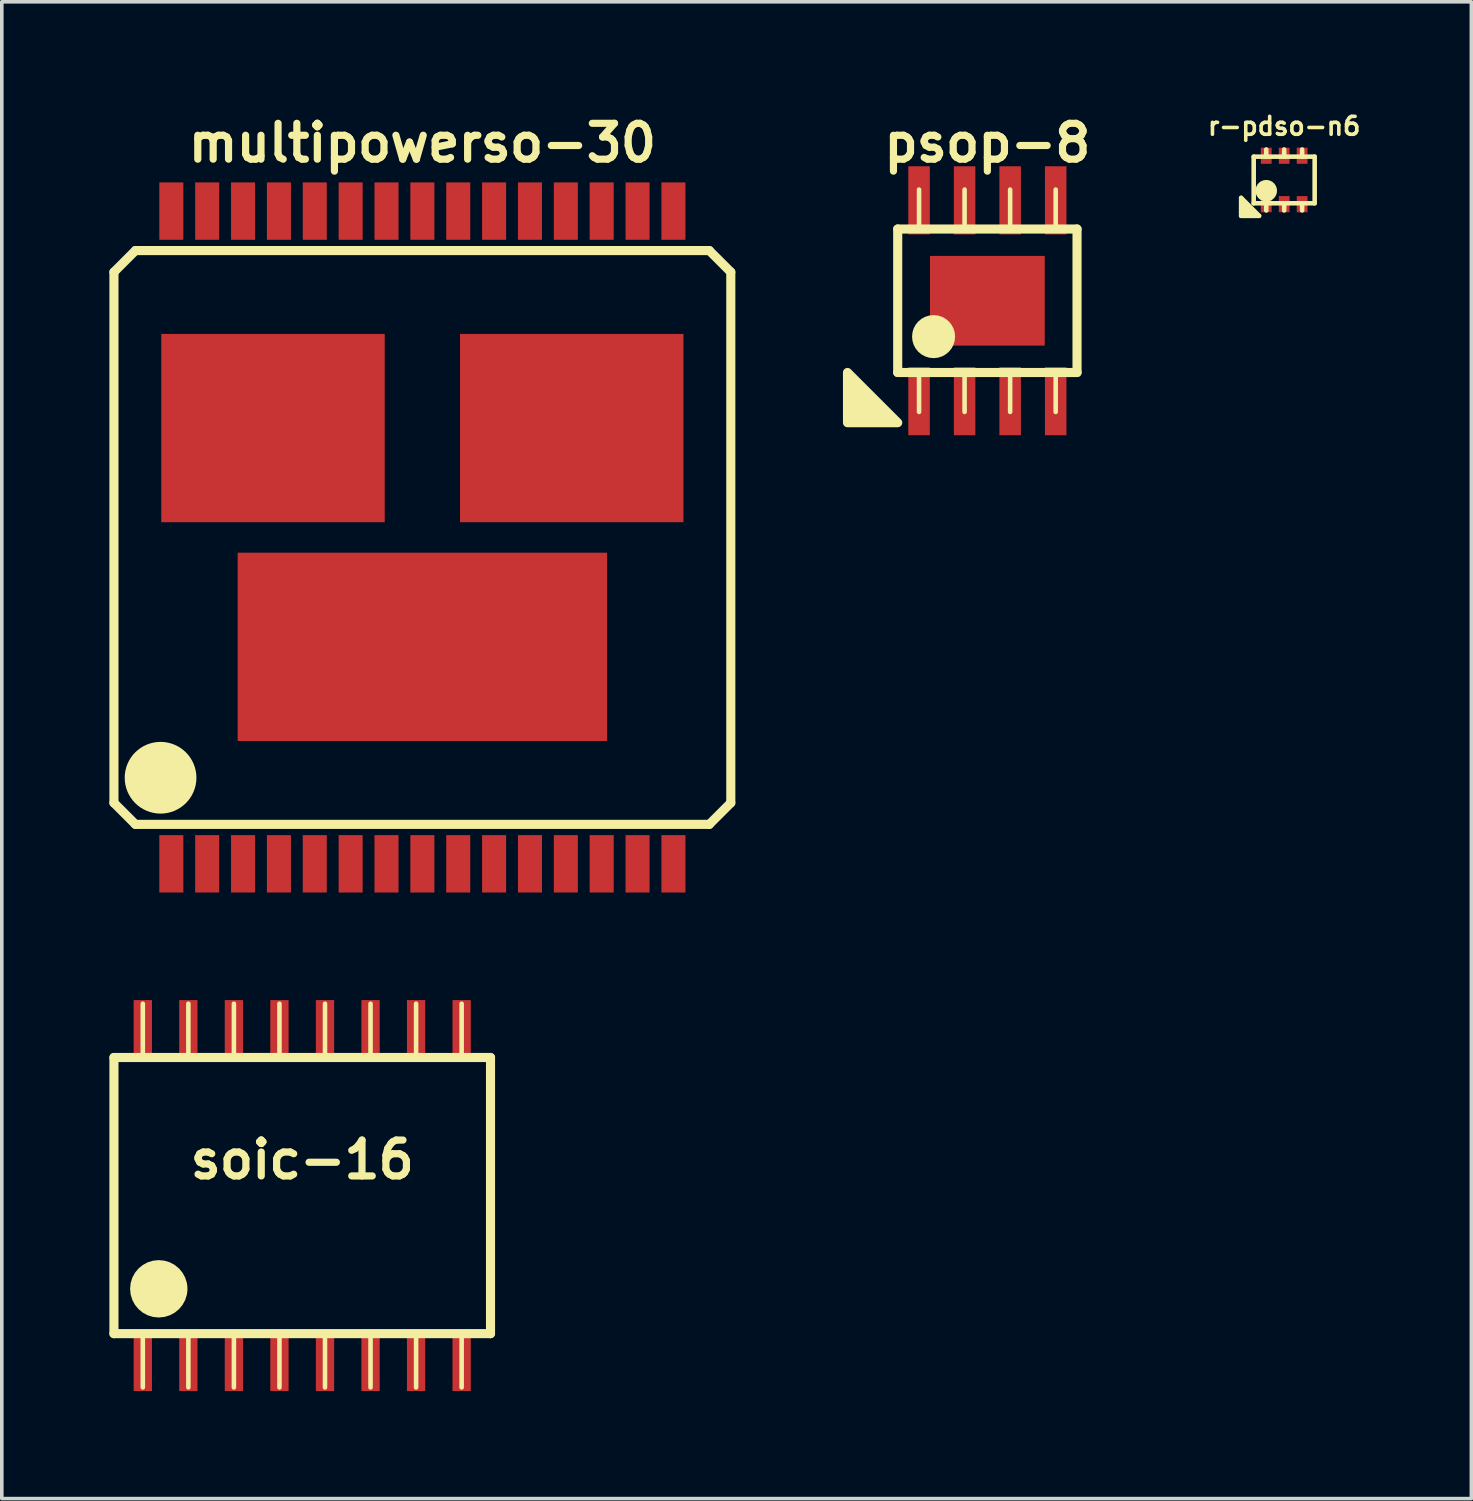
<source format=kicad_pcb>
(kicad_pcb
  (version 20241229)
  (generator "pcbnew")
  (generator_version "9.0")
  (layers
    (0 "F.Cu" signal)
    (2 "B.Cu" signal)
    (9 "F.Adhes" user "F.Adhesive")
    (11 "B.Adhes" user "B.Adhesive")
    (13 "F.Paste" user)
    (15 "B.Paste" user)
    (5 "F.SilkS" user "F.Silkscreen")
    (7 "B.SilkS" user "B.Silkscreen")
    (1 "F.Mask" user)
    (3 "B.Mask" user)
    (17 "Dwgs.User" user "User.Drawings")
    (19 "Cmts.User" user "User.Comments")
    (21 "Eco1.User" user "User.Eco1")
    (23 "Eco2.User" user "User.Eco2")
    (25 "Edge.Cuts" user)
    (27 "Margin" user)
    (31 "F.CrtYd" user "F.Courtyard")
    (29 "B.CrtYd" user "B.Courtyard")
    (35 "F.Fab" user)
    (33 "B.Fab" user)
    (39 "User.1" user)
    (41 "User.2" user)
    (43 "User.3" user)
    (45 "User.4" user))
  (footprint "r-pdso-n6"
    (layer "F.Cu")
    (at 32.757 1.968)
    (property "Reference" "r-pdso-n6" (at 0 -1.5 0) (layer "F.SilkS") (effects (font (size 0.5 0.5) (thickness 0.1))))
    (attr smd)
    (fp_line (start -1.2 0.5) (end -0.7 1) (stroke (width 0.127) (type solid)) (layer "F.SilkS"))
    (fp_line (start -1.2 0.7) (end -0.9 1) (stroke (width 0.127) (type solid)) (layer "F.SilkS"))
    (fp_line (start -1.2 0.9) (end -1.1 1) (stroke (width 0.127) (type solid)) (layer "F.SilkS"))
    (fp_line (start -1.2 1) (end -1.2 0.5) (stroke (width 0.127) (type solid)) (layer "F.SilkS"))
    (fp_line (start -1 1) (end -1.2 0.8) (stroke (width 0.127) (type solid)) (layer "F.SilkS"))
    (fp_line (start -0.85 -0.65) (end -0.85 0.65) (stroke (width 0.127) (type solid)) (layer "F.SilkS"))
    (fp_line (start -0.85 0.65) (end 0.85 0.65) (stroke (width 0.127) (type solid)) (layer "F.SilkS"))
    (fp_line (start -0.8 1) (end -1.2 0.6) (stroke (width 0.127) (type solid)) (layer "F.SilkS"))
    (fp_line (start -0.7 1) (end -1.2 1) (stroke (width 0.127) (type solid)) (layer "F.SilkS"))
    (fp_line (start -0.5 -0.65) (end -0.5 -0.85) (stroke (width 0.127) (type solid)) (layer "F.SilkS"))
    (fp_line (start -0.5 0.65) (end -0.5 0.85) (stroke (width 0.127) (type solid)) (layer "F.SilkS"))
    (fp_line (start 0 -0.65) (end 0 -0.85) (stroke (width 0.127) (type solid)) (layer "F.SilkS"))
    (fp_line (start 0 0.65) (end 0 0.85) (stroke (width 0.127) (type solid)) (layer "F.SilkS"))
    (fp_line (start 0.5 -0.65) (end 0.5 -0.85) (stroke (width 0.127) (type solid)) (layer "F.SilkS"))
    (fp_line (start 0.5 0.65) (end 0.5 0.85) (stroke (width 0.127) (type solid)) (layer "F.SilkS"))
    (fp_line (start 0.85 -0.65) (end -0.85 -0.65) (stroke (width 0.127) (type solid)) (layer "F.SilkS"))
    (fp_line (start 0.85 0.65) (end 0.85 -0.65) (stroke (width 0.127) (type solid)) (layer "F.SilkS"))
    (fp_circle (center -0.5 0.3) (end -0.35 0.3) (stroke (width 0.3) (type solid)) (fill no) (layer "F.SilkS"))
    (pad "1" smd rect (at -0.5 0.675) (size 0.3 0.45) (layers "F.Cu" "F.Mask" "F.Paste"))
    (pad "2" smd rect (at 0 0.675) (size 0.3 0.45) (layers "F.Cu" "F.Mask" "F.Paste"))
    (pad "3" smd rect (at 0.5 0.675) (size 0.3 0.45) (layers "F.Cu" "F.Mask" "F.Paste"))
    (pad "4" smd rect (at 0.5 -0.675) (size 0.3 0.45) (layers "F.Cu" "F.Mask" "F.Paste"))
    (pad "5" smd rect (at 0 -0.675) (size 0.3 0.45) (layers "F.Cu" "F.Mask" "F.Paste"))
    (pad "6" smd rect (at -0.5 -0.675) (size 0.3 0.45) (layers "F.Cu" "F.Mask" "F.Paste")))
  (footprint "multipowerso-30"
    (layer "F.Cu")
    (at 8.727 11.936)
    (property "Reference" "multipowerso-30" (at 0 -11 0) (layer "F.SilkS") (effects (font (size 1 1) (thickness 0.2))))
    (attr smd)
    (fp_line (start -8.6 -7.4) (end -8.6 7.4) (stroke (width 0.254) (type solid)) (layer "F.SilkS"))
    (fp_line (start -8.6 -7.4) (end -8 -8) (stroke (width 0.254) (type solid)) (layer "F.SilkS"))
    (fp_line (start -8.6 7.4) (end -8 8) (stroke (width 0.254) (type solid)) (layer "F.SilkS"))
    (fp_line (start -8 -8) (end 8 -8) (stroke (width 0.254) (type solid)) (layer "F.SilkS"))
    (fp_line (start -8 8) (end 8 8) (stroke (width 0.254) (type solid)) (layer "F.SilkS"))
    (fp_line (start 8 -8) (end 8.6 -7.4) (stroke (width 0.254) (type solid)) (layer "F.SilkS"))
    (fp_line (start 8 8) (end 8.6 7.4) (stroke (width 0.254) (type solid)) (layer "F.SilkS"))
    (fp_line (start 8.6 -7.4) (end 8.6 7.4) (stroke (width 0.254) (type solid)) (layer "F.SilkS"))
    (fp_circle (center -7.3 6.7) (end -6.8 6.7) (stroke (width 1) (type solid)) (fill no) (layer "F.SilkS"))
    (pad "1" smd rect (at -7 9.1) (size 0.67 1.6) (layers "F.Cu" "F.Mask" "F.Paste"))
    (pad "2" smd rect (at -6 9.1) (size 0.67 1.6) (layers "F.Cu" "F.Mask" "F.Paste"))
    (pad "3" smd rect (at -5 9.1) (size 0.67 1.6) (layers "F.Cu" "F.Mask" "F.Paste"))
    (pad "4" smd rect (at -4 9.1) (size 0.67 1.6) (layers "F.Cu" "F.Mask" "F.Paste"))
    (pad "5" smd rect (at -3 9.1) (size 0.67 1.6) (layers "F.Cu" "F.Mask" "F.Paste"))
    (pad "6" smd rect (at -2 9.1) (size 0.67 1.6) (layers "F.Cu" "F.Mask" "F.Paste"))
    (pad "7" smd rect (at -1 9.1) (size 0.67 1.6) (layers "F.Cu" "F.Mask" "F.Paste"))
    (pad "8" smd rect (at 0 9.1) (size 0.67 1.6) (layers "F.Cu" "F.Mask" "F.Paste"))
    (pad "9" smd rect (at 1 9.1) (size 0.67 1.6) (layers "F.Cu" "F.Mask" "F.Paste"))
    (pad "10" smd rect (at 2 9.1) (size 0.67 1.6) (layers "F.Cu" "F.Mask" "F.Paste"))
    (pad "11" smd rect (at 3 9.1) (size 0.67 1.6) (layers "F.Cu" "F.Mask" "F.Paste"))
    (pad "12" smd rect (at 4 9.1) (size 0.67 1.6) (layers "F.Cu" "F.Mask" "F.Paste"))
    (pad "13" smd rect (at 5 9.1) (size 0.67 1.6) (layers "F.Cu" "F.Mask" "F.Paste"))
    (pad "14" smd rect (at 6 9.1) (size 0.67 1.6) (layers "F.Cu" "F.Mask" "F.Paste"))
    (pad "15" smd rect (at 7 9.1) (size 0.67 1.6) (layers "F.Cu" "F.Mask" "F.Paste"))
    (pad "16" smd rect (at 7 -9.1) (size 0.67 1.6) (layers "F.Cu" "F.Mask" "F.Paste"))
    (pad "17" smd rect (at 6 -9.1) (size 0.67 1.6) (layers "F.Cu" "F.Mask" "F.Paste"))
    (pad "18" smd rect (at 5 -9.1) (size 0.67 1.6) (layers "F.Cu" "F.Mask" "F.Paste"))
    (pad "19" smd rect (at 4 -9.1) (size 0.67 1.6) (layers "F.Cu" "F.Mask" "F.Paste"))
    (pad "20" smd rect (at 3 -9.1) (size 0.67 1.6) (layers "F.Cu" "F.Mask" "F.Paste"))
    (pad "21" smd rect (at 2 -9.1) (size 0.67 1.6) (layers "F.Cu" "F.Mask" "F.Paste"))
    (pad "22" smd rect (at 1 -9.1) (size 0.67 1.6) (layers "F.Cu" "F.Mask" "F.Paste"))
    (pad "23" smd rect (at 0 -9.1) (size 0.67 1.6) (layers "F.Cu" "F.Mask" "F.Paste"))
    (pad "24" smd rect (at -1 -9.1) (size 0.67 1.6) (layers "F.Cu" "F.Mask" "F.Paste"))
    (pad "25" smd rect (at -2 -9.1) (size 0.67 1.6) (layers "F.Cu" "F.Mask" "F.Paste"))
    (pad "26" smd rect (at -3 -9.1) (size 0.67 1.6) (layers "F.Cu" "F.Mask" "F.Paste"))
    (pad "27" smd rect (at -4 -9.1) (size 0.67 1.6) (layers "F.Cu" "F.Mask" "F.Paste"))
    (pad "28" smd rect (at -5 -9.1) (size 0.67 1.6) (layers "F.Cu" "F.Mask" "F.Paste"))
    (pad "29" smd rect (at -6 -9.1) (size 0.67 1.6) (layers "F.Cu" "F.Mask" "F.Paste"))
    (pad "30" smd rect (at -7 -9.1) (size 0.67 1.6) (layers "F.Cu" "F.Mask" "F.Paste"))
    (pad "31" smd rect (at 0 3.05) (size 10.3 5.25) (layers "F.Cu" "F.Mask" "F.Paste"))
    (pad "32" smd rect (at 4.165 -3.05) (size 6.23 5.25) (layers "F.Cu" "F.Mask" "F.Paste"))
    (pad "33" smd rect (at -4.165 -3.05) (size 6.23 5.25) (layers "F.Cu" "F.Mask" "F.Paste")))
  (footprint "psop-8"
    (layer "F.Cu")
    (at 24.481 5.336)
    (property "Reference" "psop-8" (at 0 -4.4 0) (layer "F.SilkS") (effects (font (size 1 1) (thickness 0.2))))
    (attr smd)
    (fp_line (start -2.5 -2) (end -2.5 2) (stroke (width 0.254) (type solid)) (layer "F.SilkS"))
    (fp_line (start -2.5 2) (end 2.5 2) (stroke (width 0.254) (type solid)) (layer "F.SilkS"))
    (fp_line (start -1.905 -2) (end -1.905 -3.1) (stroke (width 0.127) (type solid)) (layer "F.SilkS"))
    (fp_line (start -1.905 3.1) (end -1.905 2) (stroke (width 0.127) (type solid)) (layer "F.SilkS"))
    (fp_line (start -0.635 -2) (end -0.635 -3.1) (stroke (width 0.127) (type solid)) (layer "F.SilkS"))
    (fp_line (start -0.635 3.1) (end -0.635 2) (stroke (width 0.127) (type solid)) (layer "F.SilkS"))
    (fp_line (start 0.635 -2) (end 0.635 -3.1) (stroke (width 0.127) (type solid)) (layer "F.SilkS"))
    (fp_line (start 0.635 3.1) (end 0.635 2) (stroke (width 0.127) (type solid)) (layer "F.SilkS"))
    (fp_line (start 1.905 -3.1) (end 1.905 -2) (stroke (width 0.127) (type solid)) (layer "F.SilkS"))
    (fp_line (start 1.905 2) (end 1.905 3.1) (stroke (width 0.127) (type solid)) (layer "F.SilkS"))
    (fp_line (start 2.5 -2) (end -2.5 -2) (stroke (width 0.254) (type solid)) (layer "F.SilkS"))
    (fp_line (start 2.5 2) (end 2.5 -2) (stroke (width 0.254) (type solid)) (layer "F.SilkS"))
    (fp_circle (center -1.5 1) (end -1.2 1) (stroke (width 0.6) (type solid)) (fill no) (layer "F.SilkS"))
    (fp_poly (pts (xy -2.5 3.4) (xy -3.9 3.4) (xy -3.9 2)) (stroke (width 0.254) (type solid)) (fill yes) (layer "F.SilkS"))
    (pad "" smd rect (at -0.8 -0.6) (size 1.45 1.05) (layers "F.Paste"))
    (pad "" smd rect (at -0.8 0.6) (size 1.45 1.05) (layers "F.Paste"))
    (pad "" smd rect (at 0.8 -0.6) (size 1.45 1.05) (layers "F.Paste"))
    (pad "" smd rect (at 0.8 0.6) (size 1.45 1.05) (layers "F.Paste"))
    (pad "1" smd rect (at -1.905 2.8) (size 0.6 1.9) (layers "F.Cu" "F.Mask" "F.Paste"))
    (pad "2" smd rect (at -0.635 2.8) (size 0.6 1.9) (layers "F.Cu" "F.Mask" "F.Paste"))
    (pad "3" smd rect (at 0.635 2.8) (size 0.6 1.9) (layers "F.Cu" "F.Mask" "F.Paste"))
    (pad "4" smd rect (at 1.905 2.8) (size 0.6 1.9) (layers "F.Cu" "F.Mask" "F.Paste"))
    (pad "5" smd rect (at 1.905 -2.8) (size 0.6 1.9) (layers "F.Cu" "F.Mask" "F.Paste"))
    (pad "6" smd rect (at 0.635 -2.8) (size 0.6 1.9) (layers "F.Cu" "F.Mask" "F.Paste"))
    (pad "7" smd rect (at -0.635 -2.8) (size 0.6 1.9) (layers "F.Cu" "F.Mask" "F.Paste"))
    (pad "8" smd rect (at -1.905 -2.8) (size 0.6 1.9) (layers "F.Cu" "F.Mask" "F.Paste"))
    (pad "9" smd rect (at 0 0) (size 3.2 2.5) (layers "F.Cu" "F.Mask")))
  (footprint "soic-16"
    (layer "F.Cu")
    (at 5.377 30.286)
    (property "Reference" "soic-16" (at 0 -1 0) (layer "F.SilkS") (effects (font (size 1 1) (thickness 0.2))))
    (attr smd)
    (fp_line (start -5.25 -3.85) (end -5.25 3.85) (stroke (width 0.254) (type solid)) (layer "F.SilkS"))
    (fp_line (start -5.25 3.85) (end 5.25 3.85) (stroke (width 0.254) (type solid)) (layer "F.SilkS"))
    (fp_line (start -4.445 -3.85) (end -4.445 -5.35) (stroke (width 0.127) (type solid)) (layer "F.SilkS"))
    (fp_line (start -4.445 3.85) (end -4.445 5.35) (stroke (width 0.127) (type solid)) (layer "F.SilkS"))
    (fp_line (start -3.175 -3.85) (end -3.175 -5.35) (stroke (width 0.127) (type solid)) (layer "F.SilkS"))
    (fp_line (start -3.175 5.35) (end -3.175 3.85) (stroke (width 0.127) (type solid)) (layer "F.SilkS"))
    (fp_line (start -1.905 -5.35) (end -1.905 -3.85) (stroke (width 0.127) (type solid)) (layer "F.SilkS"))
    (fp_line (start -1.905 5.35) (end -1.905 3.85) (stroke (width 0.127) (type solid)) (layer "F.SilkS"))
    (fp_line (start -0.635 -5.35) (end -0.635 -3.85) (stroke (width 0.127) (type solid)) (layer "F.SilkS"))
    (fp_line (start -0.635 5.35) (end -0.635 3.85) (stroke (width 0.127) (type solid)) (layer "F.SilkS"))
    (fp_line (start 0.635 -5.35) (end 0.635 -3.85) (stroke (width 0.127) (type solid)) (layer "F.SilkS"))
    (fp_line (start 0.635 5.35) (end 0.635 3.85) (stroke (width 0.127) (type solid)) (layer "F.SilkS"))
    (fp_line (start 1.905 -3.85) (end 1.905 -5.35) (stroke (width 0.127) (type solid)) (layer "F.SilkS"))
    (fp_line (start 1.905 3.85) (end 1.905 5.35) (stroke (width 0.127) (type solid)) (layer "F.SilkS"))
    (fp_line (start 3.175 -3.85) (end 3.175 -5.35) (stroke (width 0.127) (type solid)) (layer "F.SilkS"))
    (fp_line (start 3.175 3.85) (end 3.175 5.35) (stroke (width 0.127) (type solid)) (layer "F.SilkS"))
    (fp_line (start 4.445 -3.85) (end 4.445 -5.35) (stroke (width 0.127) (type solid)) (layer "F.SilkS"))
    (fp_line (start 4.445 3.85) (end 4.445 5.35) (stroke (width 0.127) (type solid)) (layer "F.SilkS"))
    (fp_line (start 5.25 -3.85) (end -5.25 -3.85) (stroke (width 0.254) (type solid)) (layer "F.SilkS"))
    (fp_line (start 5.25 3.85) (end 5.25 -3.85) (stroke (width 0.254) (type solid)) (layer "F.SilkS"))
    (fp_circle (center -4 2.6) (end -3.6 2.6) (stroke (width 0.8) (type solid)) (fill no) (layer "F.SilkS"))
    (pad "1" smd rect (at -4.445 4.7) (size 0.51 1.5) (layers "F.Cu" "F.Mask" "F.Paste"))
    (pad "2" smd rect (at -3.175 4.7) (size 0.51 1.5) (layers "F.Cu" "F.Mask" "F.Paste"))
    (pad "3" smd rect (at -1.905 4.7) (size 0.51 1.5) (layers "F.Cu" "F.Mask" "F.Paste"))
    (pad "4" smd rect (at -0.635 4.7) (size 0.51 1.5) (layers "F.Cu" "F.Mask" "F.Paste"))
    (pad "5" smd rect (at 0.635 4.7) (size 0.51 1.5) (layers "F.Cu" "F.Mask" "F.Paste"))
    (pad "6" smd rect (at 1.905 4.7) (size 0.51 1.5) (layers "F.Cu" "F.Mask" "F.Paste"))
    (pad "7" smd rect (at 3.175 4.7) (size 0.51 1.5) (layers "F.Cu" "F.Mask" "F.Paste"))
    (pad "8" smd rect (at 4.445 4.7) (size 0.51 1.5) (layers "F.Cu" "F.Mask" "F.Paste"))
    (pad "9" smd rect (at 4.445 -4.7) (size 0.51 1.5) (layers "F.Cu" "F.Mask" "F.Paste"))
    (pad "10" smd rect (at 3.175 -4.7) (size 0.51 1.5) (layers "F.Cu" "F.Mask" "F.Paste"))
    (pad "11" smd rect (at 1.905 -4.7) (size 0.51 1.5) (layers "F.Cu" "F.Mask" "F.Paste"))
    (pad "12" smd rect (at 0.635 -4.7) (size 0.51 1.5) (layers "F.Cu" "F.Mask" "F.Paste"))
    (pad "13" smd rect (at -0.635 -4.7) (size 0.51 1.5) (layers "F.Cu" "F.Mask" "F.Paste"))
    (pad "14" smd rect (at -1.905 -4.7) (size 0.51 1.5) (layers "F.Cu" "F.Mask" "F.Paste"))
    (pad "15" smd rect (at -3.175 -4.7) (size 0.51 1.5) (layers "F.Cu" "F.Mask" "F.Paste"))
    (pad "16" smd rect (at -4.445 -4.7) (size 0.51 1.5) (layers "F.Cu" "F.Mask" "F.Paste")))
  (gr_rect
    (start -3 -3)
    (end 37.976 38.736)
    (stroke (width 0.1) (type default))
    (fill no)
    (layer "Edge.Cuts")))
</source>
